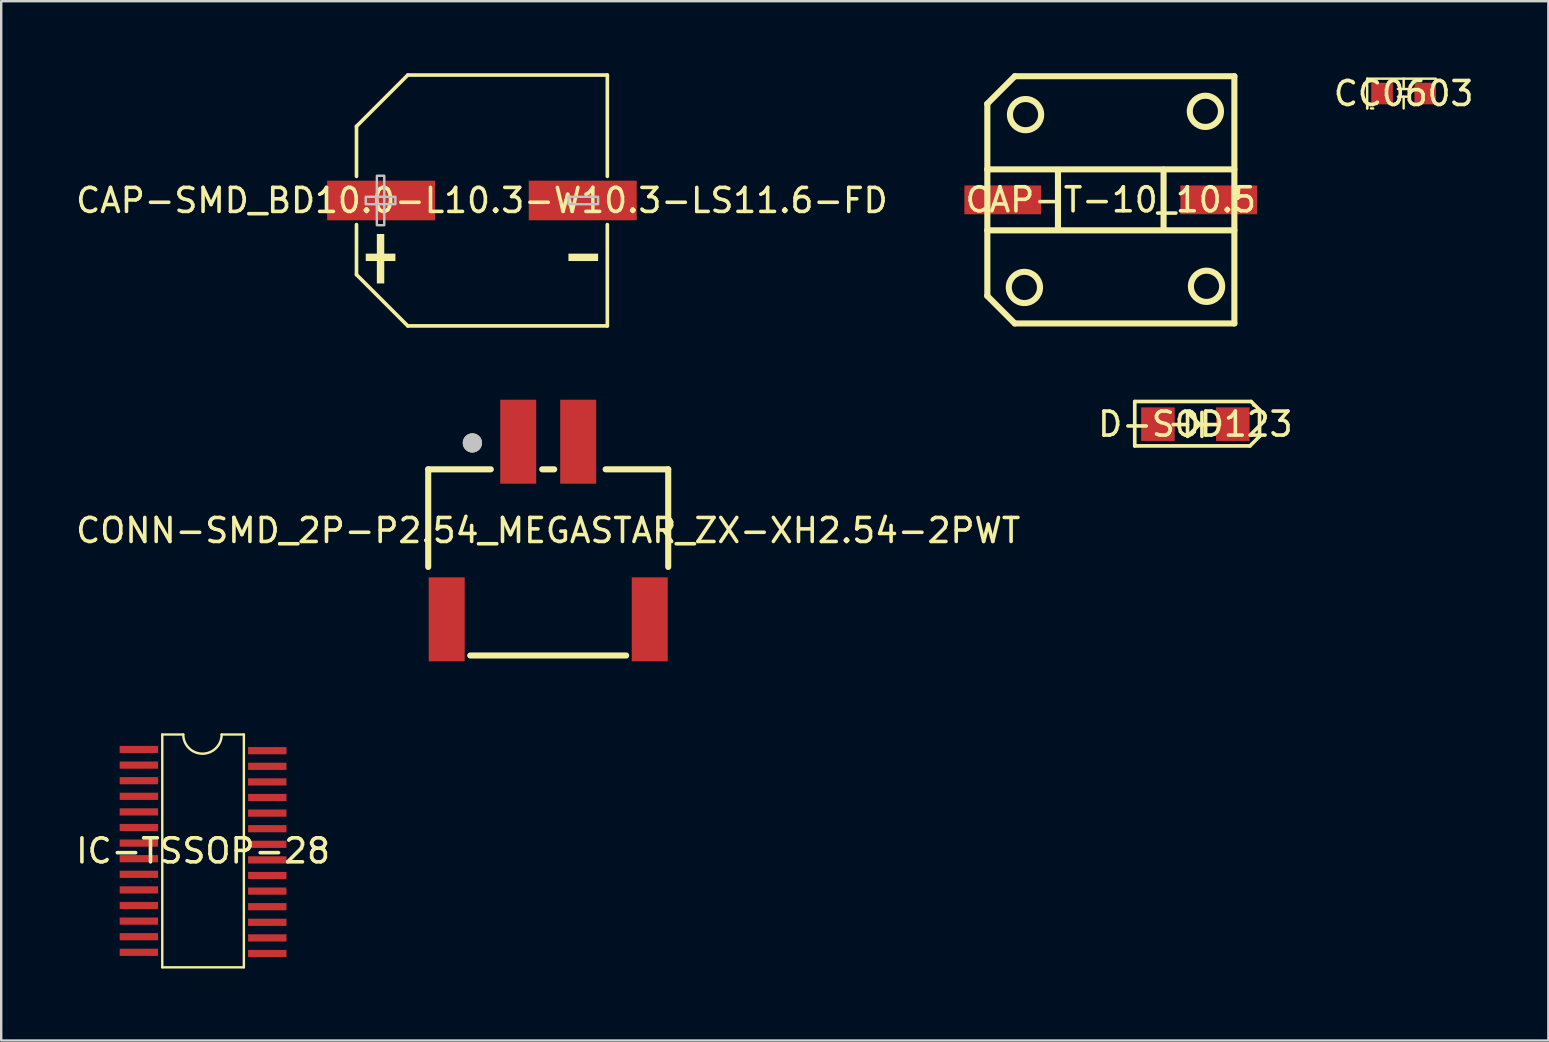
<source format=kicad_pcb>
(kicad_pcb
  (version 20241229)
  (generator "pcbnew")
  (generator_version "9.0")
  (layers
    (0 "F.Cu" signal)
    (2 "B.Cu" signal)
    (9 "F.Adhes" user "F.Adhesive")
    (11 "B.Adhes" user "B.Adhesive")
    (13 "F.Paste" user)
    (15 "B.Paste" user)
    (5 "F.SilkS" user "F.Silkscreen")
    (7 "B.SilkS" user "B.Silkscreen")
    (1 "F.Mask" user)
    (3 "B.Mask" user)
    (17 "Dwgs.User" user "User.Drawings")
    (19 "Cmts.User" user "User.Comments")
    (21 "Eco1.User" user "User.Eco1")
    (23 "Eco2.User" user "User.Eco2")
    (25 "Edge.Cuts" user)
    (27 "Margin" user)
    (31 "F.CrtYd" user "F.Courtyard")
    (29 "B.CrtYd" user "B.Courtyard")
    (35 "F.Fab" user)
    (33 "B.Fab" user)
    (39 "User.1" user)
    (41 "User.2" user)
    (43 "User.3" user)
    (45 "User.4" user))
  (footprint "D-SOD123"
    (layer "F.Cu")
    (at 46.756 14.623)
    (property "Reference" "D-SOD123" (at 0 0 0) (layer "F.SilkS") (effects (font (size 1 1) (thickness 0.15))))
    (fp_line (start -2.525 -0.943) (end -2.525 0.907) (stroke (width 0.152) (type default)) (layer "F.SilkS"))
    (fp_line (start -2.525 0.907) (end 2.275 0.907) (stroke (width 0.152) (type default)) (layer "F.SilkS"))
    (fp_line (start -0.325 -0.492) (end 0.175 0.007) (stroke (width 0.152) (type default)) (layer "F.SilkS"))
    (fp_line (start -0.325 0.018) (end -0.925 0.018) (stroke (width 0.152) (type default)) (layer "F.SilkS"))
    (fp_line (start -0.325 0.507) (end -0.325 -0.492) (stroke (width 0.152) (type default)) (layer "F.SilkS"))
    (fp_line (start 0.175 0.007) (end -0.325 0.507) (stroke (width 0.152) (type default)) (layer "F.SilkS"))
    (fp_line (start 0.275 -0.492) (end 0.275 0.507) (stroke (width 0.152) (type default)) (layer "F.SilkS"))
    (fp_line (start 0.275 0.018) (end 0.875 0.018) (stroke (width 0.152) (type default)) (layer "F.SilkS"))
    (fp_line (start 2.275 0.907) (end 2.675 0.507) (stroke (width 0.152) (type default)) (layer "F.SilkS"))
    (fp_line (start 2.325 -0.943) (end -2.525 -0.943) (stroke (width 0.152) (type default)) (layer "F.SilkS"))
    (fp_line (start 2.414 -0.781) (end 2.433 -0.781) (stroke (width 0.1) (type default)) (layer "F.SilkS"))
    (fp_line (start 2.558 -0.584) (end 2.583 -0.61) (stroke (width 0.1) (type default)) (layer "F.SilkS"))
    (fp_line (start 2.675 -0.593) (end 2.325 -0.943) (stroke (width 0.152) (type default)) (layer "F.SilkS"))
    (fp_line (start 2.675 0.507) (end 2.675 -0.593) (stroke (width 0.152) (type default)) (layer "F.SilkS"))
    (pad "A" smd rect (at -1.56 0) (size 1.397 1.397) (layers "F.Cu" "F.Mask" "F.Paste"))
    (pad "K" smd rect (at 1.56 0) (size 1.397 1.397) (layers "F.Cu" "F.Mask" "F.Paste")))
  (footprint "CAP-SMD_BD10.0-L10.3-W10.3-LS11.6-FD"
    (layer "F.Cu")
    (at 17.03 5.303)
    (property "Reference" "CAP-SMD_BD10.0-L10.3-W10.3-LS11.6-FD" (at 0 0 0) (layer "F.SilkS") (effects (font (size 1 1) (thickness 0.15))))
    (fp_line (start -5.226 -3.09) (end -5.226 -1.005) (stroke (width 0.152) (type default)) (layer "F.SilkS"))
    (fp_line (start -5.226 1.005) (end -5.226 3.09) (stroke (width 0.152) (type default)) (layer "F.SilkS"))
    (fp_line (start -3.09 -5.226) (end -5.226 -3.09) (stroke (width 0.152) (type default)) (layer "F.SilkS"))
    (fp_line (start -3.09 5.226) (end -5.226 3.09) (stroke (width 0.152) (type default)) (layer "F.SilkS"))
    (fp_line (start 5.226 -5.226) (end -3.09 -5.226) (stroke (width 0.152) (type default)) (layer "F.SilkS"))
    (fp_line (start 5.226 -5.226) (end 5.226 -1.005) (stroke (width 0.152) (type default)) (layer "F.SilkS"))
    (fp_line (start 5.226 1.005) (end 5.226 5.226) (stroke (width 0.152) (type default)) (layer "F.SilkS"))
    (fp_line (start 5.226 5.226) (end -3.09 5.226) (stroke (width 0.152) (type default)) (layer "F.SilkS"))
    (fp_poly (pts (xy -4.841 2.215) (xy -4.841 2.523) (xy -3.605 2.523) (xy -3.605 2.215)) (stroke (width 0) (type default)) (fill yes) (layer "F.SilkS"))
    (fp_poly (pts (xy -4.378 1.397) (xy -4.378 3.457) (xy -4.069 3.457) (xy -4.069 1.397)) (stroke (width 0) (type default)) (fill yes) (layer "F.SilkS"))
    (fp_poly (pts (xy 4.841 2.215) (xy 4.841 2.523) (xy 3.605 2.523) (xy 3.605 2.215)) (stroke (width 0) (type default)) (fill yes) (layer "F.SilkS"))
    (fp_poly (pts (xy -4.841 -0.154) (xy -4.841 0.154) (xy -3.605 0.154) (xy -3.605 -0.154)) (stroke (width 0.1) (type default)) (fill no) (layer "Dwgs.User"))
    (fp_poly (pts (xy -4.378 -1.03) (xy -4.378 1.03) (xy -4.069 1.03) (xy -4.069 -1.03)) (stroke (width 0.1) (type default)) (fill no) (layer "Dwgs.User"))
    (fp_poly (pts (xy 4.841 -0.154) (xy 4.841 0.154) (xy 3.605 0.154) (xy 3.605 -0.154)) (stroke (width 0.1) (type default)) (fill no) (layer "Dwgs.User"))
    (fp_poly (pts (xy -5.8 -0.375) (xy -2.35 -0.375) (xy -2.35 0.375) (xy -5.8 0.375)) (stroke (width 0.1) (type default)) (fill no) (layer "User.1"))
    (fp_poly (pts (xy 2.35 -0.375) (xy 5.8 -0.375) (xy 5.8 0.375) (xy 2.35 0.375)) (stroke (width 0.1) (type default)) (fill no) (layer "User.1"))
    (fp_line (start -5.15 -3.09) (end -3.09 -5.15) (stroke (width 0.051) (type default)) (layer "User.2"))
    (fp_line (start -5.15 3.09) (end -5.15 -3.09) (stroke (width 0.051) (type default)) (layer "User.2"))
    (fp_line (start -3.09 -5.15) (end 5.15 -5.15) (stroke (width 0.051) (type default)) (layer "User.2"))
    (fp_line (start -3.09 5.15) (end -5.15 3.09) (stroke (width 0.051) (type default)) (layer "User.2"))
    (fp_line (start 5.15 -5.15) (end 5.15 5.15) (stroke (width 0.051) (type default)) (layer "User.2"))
    (fp_line (start 5.15 5.15) (end -3.09 5.15) (stroke (width 0.051) (type default)) (layer "User.2"))
    (fp_poly (pts (xy -5.74 5.15) (xy -5.758 5.108) (xy -5.8 5.09) (xy -5.842 5.108) (xy -5.86 5.15) (xy -5.842 5.192) (xy -5.8 5.21) (xy -5.758 5.192)) (stroke (width 0.1) (type default)) (fill no) (layer "User.3"))
    (pad "1" smd rect (at -4.2 0) (size 4.5 1.65) (layers "F.Cu" "F.Mask" "F.Paste"))
    (pad "2" smd rect (at 4.2 0) (size 4.5 1.65) (layers "F.Cu" "F.Mask" "F.Paste")))
  (footprint "CC0603"
    (layer "F.Cu")
    (at 55.435 0.848)
    (property "Reference" "CC0603" (at 0 0 0) (layer "F.SilkS") (effects (font (size 1 1) (thickness 0.15))))
    (fp_line (start -1.52 -0.62) (end -1.52 0.54) (stroke (width 0.1) (type default)) (layer "F.SilkS"))
    (fp_line (start -1.52 0.52) (end -1.52 0.62) (stroke (width 0.1) (type default)) (layer "F.SilkS"))
    (fp_line (start -1.52 0.54) (end -1.52 0.62) (stroke (width 0.1) (type default)) (layer "F.SilkS"))
    (fp_line (start -1.27 0.62) (end -1.36 0.62) (stroke (width 0.1) (type default)) (layer "F.SilkS"))
    (fp_line (start 0 -0.19) (end 0 -0.62) (stroke (width 0.1) (type default)) (layer "F.SilkS"))
    (fp_line (start 0 0.62) (end 0 0.13) (stroke (width 0.1) (type default)) (layer "F.SilkS"))
    (fp_line (start 0.24 -0.19) (end -0.24 -0.19) (stroke (width 0.1) (type default)) (layer "F.SilkS"))
    (fp_line (start 0.24 0.13) (end -0.24 0.13) (stroke (width 0.1) (type default)) (layer "F.SilkS"))
    (fp_line (start 1.34 -0.62) (end -1.52 -0.62) (stroke (width 0.1) (type default)) (layer "F.SilkS"))
    (pad "1" smd rect (at -0.9 0) (size 0.9 0.9) (layers "F.Cu" "F.Mask" "F.Paste"))
    (pad "2" smd rect (at 0.9 0) (size 0.9 0.9) (layers "F.Cu" "F.Mask" "F.Paste")))
  (footprint "IC-TSSOP-28"
    (layer "F.Cu")
    (at 5.411 32.404)
    (property "Reference" "IC-TSSOP-28" (at 0 0 0) (layer "F.SilkS") (effects (font (size 1 1) (thickness 0.15))))
    (fp_line (start -1.7 -4.85) (end -0.825 -4.85) (stroke (width 0.1) (type default)) (layer "F.SilkS"))
    (fp_line (start -1.7 4.85) (end -1.7 -4.85) (stroke (width 0.1) (type default)) (layer "F.SilkS"))
    (fp_line (start 0.775 -4.85) (end 1.7 -4.85) (stroke (width 0.1) (type default)) (layer "F.SilkS"))
    (fp_line (start 1.7 -4.85) (end 1.7 4.85) (stroke (width 0.1) (type default)) (layer "F.SilkS"))
    (fp_line (start 1.7 4.85) (end -1.7 4.85) (stroke (width 0.1) (type default)) (layer "F.SilkS"))
    (fp_arc (start 0.775 -4.85) (mid -0.025 -4.05) (end -0.825 -4.85) (stroke (width 0.1) (type default)) (layer "F.SilkS"))
    (pad "1" smd rect (at -2.675 -4.225) (size 1.6 0.3) (layers "F.Cu" "F.Mask" "F.Paste"))
    (pad "2" smd rect (at -2.675 -3.575) (size 1.6 0.3) (layers "F.Cu" "F.Mask" "F.Paste"))
    (pad "3" smd rect (at -2.675 -2.925) (size 1.6 0.3) (layers "F.Cu" "F.Mask" "F.Paste"))
    (pad "4" smd rect (at -2.675 -2.275) (size 1.6 0.3) (layers "F.Cu" "F.Mask" "F.Paste"))
    (pad "5" smd rect (at -2.675 -1.625) (size 1.6 0.3) (layers "F.Cu" "F.Mask" "F.Paste"))
    (pad "6" smd rect (at -2.675 -0.975) (size 1.6 0.3) (layers "F.Cu" "F.Mask" "F.Paste"))
    (pad "7" smd rect (at -2.675 -0.325) (size 1.6 0.3) (layers "F.Cu" "F.Mask" "F.Paste"))
    (pad "8" smd rect (at -2.675 0.325) (size 1.6 0.3) (layers "F.Cu" "F.Mask" "F.Paste"))
    (pad "9" smd rect (at -2.675 0.975) (size 1.6 0.3) (layers "F.Cu" "F.Mask" "F.Paste"))
    (pad "10" smd rect (at -2.675 1.625) (size 1.6 0.3) (layers "F.Cu" "F.Mask" "F.Paste"))
    (pad "11" smd rect (at -2.675 2.275) (size 1.6 0.3) (layers "F.Cu" "F.Mask" "F.Paste"))
    (pad "12" smd rect (at -2.675 2.925) (size 1.6 0.3) (layers "F.Cu" "F.Mask" "F.Paste"))
    (pad "13" smd rect (at -2.675 3.575) (size 1.6 0.3) (layers "F.Cu" "F.Mask" "F.Paste"))
    (pad "14" smd rect (at -2.675 4.225) (size 1.6 0.3) (layers "F.Cu" "F.Mask" "F.Paste"))
    (pad "15" smd rect (at 2.675 4.275) (size 1.6 0.3) (layers "F.Cu" "F.Mask" "F.Paste"))
    (pad "16" smd rect (at 2.675 3.625) (size 1.6 0.3) (layers "F.Cu" "F.Mask" "F.Paste"))
    (pad "17" smd rect (at 2.675 2.975) (size 1.6 0.3) (layers "F.Cu" "F.Mask" "F.Paste"))
    (pad "18" smd rect (at 2.675 2.325) (size 1.6 0.3) (layers "F.Cu" "F.Mask" "F.Paste"))
    (pad "19" smd rect (at 2.675 1.675) (size 1.6 0.3) (layers "F.Cu" "F.Mask" "F.Paste"))
    (pad "20" smd rect (at 2.675 1.025) (size 1.6 0.3) (layers "F.Cu" "F.Mask" "F.Paste"))
    (pad "21" smd rect (at 2.675 0.375) (size 1.6 0.3) (layers "F.Cu" "F.Mask" "F.Paste"))
    (pad "22" smd rect (at 2.675 -0.275) (size 1.6 0.3) (layers "F.Cu" "F.Mask" "F.Paste"))
    (pad "23" smd rect (at 2.675 -0.925) (size 1.6 0.3) (layers "F.Cu" "F.Mask" "F.Paste"))
    (pad "24" smd rect (at 2.675 -1.575) (size 1.6 0.3) (layers "F.Cu" "F.Mask" "F.Paste"))
    (pad "25" smd rect (at 2.675 -2.225) (size 1.6 0.3) (layers "F.Cu" "F.Mask" "F.Paste"))
    (pad "26" smd rect (at 2.675 -2.875) (size 1.6 0.3) (layers "F.Cu" "F.Mask" "F.Paste"))
    (pad "27" smd rect (at 2.675 -3.525) (size 1.6 0.3) (layers "F.Cu" "F.Mask" "F.Paste"))
    (pad "28" smd rect (at 2.675 -4.175) (size 1.6 0.3) (layers "F.Cu" "F.Mask" "F.Paste")))
  (footprint "CONN-SMD_2P-P2.54_MEGASTAR_ZX-XH2.54-2PWT"
    (layer "F.Cu")
    (at 19.792 19.055)
    (property "Reference" "CONN-SMD_2P-P2.54_MEGASTAR_ZX-XH2.54-2PWT" (at 0 0 0) (layer "F.SilkS") (effects (font (size 1 1) (thickness 0.15))))
    (fp_line (start -5 -2.55) (end -5 1.518) (stroke (width 0.254) (type default)) (layer "F.SilkS"))
    (fp_line (start -5 -2.55) (end -2.392 -2.55) (stroke (width 0.254) (type default)) (layer "F.SilkS"))
    (fp_line (start -3.249 5.207) (end 3.249 5.207) (stroke (width 0.254) (type default)) (layer "F.SilkS"))
    (fp_line (start -0.25 -2.55) (end 0.25 -2.55) (stroke (width 0.254) (type default)) (layer "F.SilkS"))
    (fp_line (start 2.392 -2.55) (end 5 -2.55) (stroke (width 0.254) (type default)) (layer "F.SilkS"))
    (fp_line (start 5 -2.55) (end 5 1.518) (stroke (width 0.254) (type default)) (layer "F.SilkS"))
    (fp_circle (center -3.16 -3.65) (end -2.96 -3.65) (stroke (width 0.4) (type default)) (fill no) (layer "F.SilkS"))
    (fp_circle (center -3.16 -3.65) (end -2.96 -3.65) (stroke (width 0.4) (type default)) (fill no) (layer "Dwgs.User"))
    (fp_poly (pts (xy -4.45 2.2) (xy -3.811 2.2) (xy -3.811 5.199) (xy -4.45 5.199)) (stroke (width 0.1) (type default)) (fill no) (layer "User.1"))
    (fp_poly (pts (xy -1.57 -5.25) (xy -0.93 -5.25) (xy -0.93 -2.25) (xy -1.57 -2.25)) (stroke (width 0.1) (type default)) (fill no) (layer "User.1"))
    (fp_poly (pts (xy 0.93 -5.25) (xy 1.57 -5.25) (xy 1.57 -2.25) (xy 0.93 -2.25)) (stroke (width 0.1) (type default)) (fill no) (layer "User.1"))
    (fp_poly (pts (xy 3.811 2.2) (xy 4.45 2.2) (xy 4.45 5.2) (xy 3.811 5.2)) (stroke (width 0.1) (type default)) (fill no) (layer "User.1"))
    (fp_line (start -5 -2.55) (end 5 -2.55) (stroke (width 0.051) (type default)) (layer "User.2"))
    (fp_line (start -5 5.25) (end -5 -2.55) (stroke (width 0.051) (type default)) (layer "User.2"))
    (fp_line (start 5 -2.55) (end 5 5.25) (stroke (width 0.051) (type default)) (layer "User.2"))
    (fp_line (start 5 5.25) (end -5 5.25) (stroke (width 0.051) (type default)) (layer "User.2"))
    (fp_poly (pts (xy -4.94 -5.25) (xy -4.958 -5.292) (xy -5 -5.31) (xy -5.042 -5.292) (xy -5.06 -5.25) (xy -5.042 -5.208) (xy -5 -5.19) (xy -4.958 -5.208)) (stroke (width 0.1) (type default)) (fill no) (layer "User.3"))
    (pad "1" smd rect (at -1.25 -3.7) (size 1.5 3.5) (layers "F.Cu" "F.Mask" "F.Paste"))
    (pad "2" smd rect (at 1.25 -3.7) (size 1.5 3.5) (layers "F.Cu" "F.Mask" "F.Paste"))
    (pad "3" smd rect (at -4.23 3.7) (size 1.5 3.5) (layers "F.Cu" "F.Mask" "F.Paste"))
    (pad "4" smd rect (at 4.23 3.7) (size 1.5 3.5) (layers "F.Cu" "F.Mask" "F.Paste")))
  (footprint "CAP-T-10_10.5"
    (layer "F.Cu")
    (at 43.232 5.277)
    (property "Reference" "CAP-T-10_10.5" (at 0 0 0) (layer "F.SilkS") (effects (font (size 1 1) (thickness 0.15))))
    (fp_line (start -5.15 -4) (end -4 -5.15) (stroke (width 0.254) (type default)) (layer "F.SilkS"))
    (fp_line (start -5.15 4) (end -4 5.15) (stroke (width 0.254) (type default)) (layer "F.SilkS"))
    (fp_line (start -5.143 4) (end -5.143 -4) (stroke (width 0.254) (type default)) (layer "F.SilkS"))
    (fp_line (start -2.2 1.25) (end -2.2 -1.25) (stroke (width 0.254) (type default)) (layer "F.SilkS"))
    (fp_line (start 2.2 1.24) (end 2.2 -1.26) (stroke (width 0.254) (type default)) (layer "F.SilkS"))
    (fp_line (start 5.149 -1.27) (end -5.151 -1.27) (stroke (width 0.254) (type default)) (layer "F.SilkS"))
    (fp_line (start 5.15 -5.15) (end -4 -5.15) (stroke (width 0.254) (type default)) (layer "F.SilkS"))
    (fp_line (start 5.15 1.27) (end -5.15 1.27) (stroke (width 0.254) (type default)) (layer "F.SilkS"))
    (fp_line (start 5.15 5.15) (end -4 5.15) (stroke (width 0.254) (type default)) (layer "F.SilkS"))
    (fp_line (start 5.15 5.15) (end 5.15 -5.15) (stroke (width 0.254) (type default)) (layer "F.SilkS"))
    (fp_circle (center -3.599 3.65) (end -2.949 3.65) (stroke (width 0.254) (type default)) (fill no) (layer "F.SilkS"))
    (fp_circle (center -3.551 -3.551) (end -2.901 -3.551) (stroke (width 0.254) (type default)) (fill no) (layer "F.SilkS"))
    (fp_circle (center 3.942 -3.688) (end 4.592 -3.688) (stroke (width 0.254) (type default)) (fill no) (layer "F.SilkS"))
    (fp_circle (center 3.99 3.602) (end 4.641 3.602) (stroke (width 0.254) (type default)) (fill no) (layer "F.SilkS"))
    (pad "1" smd rect (at -4.5 0 180) (size 3.2 1.2) (layers "F.Cu" "F.Mask" "F.Paste"))
    (pad "2" smd rect (at 4.5 0 180) (size 3.2 1.2) (layers "F.Cu" "F.Mask" "F.Paste")))
  (gr_rect
    (start -3 -3)
    (end 61.464 40.304)
    (stroke (width 0.1) (type default))
    (fill no)
    (layer "Edge.Cuts")))
</source>
